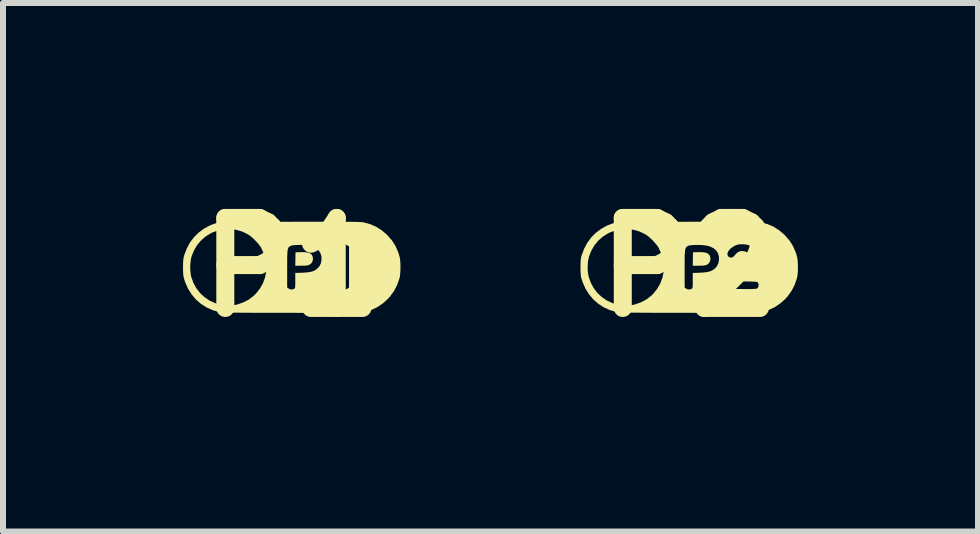
<source format=kicad_pcb>
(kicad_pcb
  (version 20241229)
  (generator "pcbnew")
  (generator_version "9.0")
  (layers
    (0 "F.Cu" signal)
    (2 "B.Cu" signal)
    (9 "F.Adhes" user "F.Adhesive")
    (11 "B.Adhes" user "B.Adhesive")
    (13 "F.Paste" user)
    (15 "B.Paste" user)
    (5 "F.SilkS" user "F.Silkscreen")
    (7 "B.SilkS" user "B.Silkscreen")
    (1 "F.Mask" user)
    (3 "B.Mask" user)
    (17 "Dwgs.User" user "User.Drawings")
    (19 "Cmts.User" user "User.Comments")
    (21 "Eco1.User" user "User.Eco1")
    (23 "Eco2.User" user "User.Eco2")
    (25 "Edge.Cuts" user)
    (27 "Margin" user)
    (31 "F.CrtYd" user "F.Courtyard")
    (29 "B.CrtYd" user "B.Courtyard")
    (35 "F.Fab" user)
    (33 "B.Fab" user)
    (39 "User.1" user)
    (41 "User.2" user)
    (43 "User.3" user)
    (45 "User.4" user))
  (footprint "P2"
    (layer "F.Cu")
    (at 8.436 1.404)
    (property "Reference" "P2" (at 0 0 0) (layer "F.SilkS") (effects (font (size 1.5 1.5) (thickness 0.3))))
    (attr board_only exclude_from_pos_files exclude_from_bom)
    (fp_poly (pts (xy 0.217 -0.251) (xy 0.263 -0.246) (xy 0.298 -0.236) (xy 0.323 -0.219) (xy 0.339 -0.2) (xy 0.353 -0.162) (xy 0.353 -0.122) (xy 0.34 -0.085) (xy 0.315 -0.055) (xy 0.292 -0.041) (xy 0.272 -0.034) (xy 0.248 -0.029) (xy 0.215 -0.027) (xy 0.17 -0.026) (xy 0.158 -0.026) (xy 0.059 -0.025) (xy 0.061 -0.137) (xy 0.063 -0.249) (xy 0.156 -0.252)) (stroke (width 0) (type solid)) (fill yes) (layer "F.SilkS"))
    (fp_poly (pts (xy 0.641 -0.759) (xy 0.735 -0.759) (xy 0.817 -0.759) (xy 0.889 -0.758) (xy 0.95 -0.758) (xy 1.003 -0.757) (xy 1.047 -0.757) (xy 1.084 -0.756) (xy 1.114 -0.755) (xy 1.139 -0.753) (xy 1.159 -0.752) (xy 1.176 -0.751) (xy 1.189 -0.749) (xy 1.199 -0.747) (xy 1.306 -0.719) (xy 1.407 -0.675) (xy 1.501 -0.615) (xy 1.589 -0.54) (xy 1.596 -0.532) (xy 1.67 -0.447) (xy 1.729 -0.354) (xy 1.774 -0.251) (xy 1.796 -0.181) (xy 1.805 -0.135) (xy 1.81 -0.077) (xy 1.812 -0.013) (xy 1.811 0.052) (xy 1.807 0.113) (xy 1.8 0.164) (xy 1.796 0.181) (xy 1.758 0.292) (xy 1.706 0.393) (xy 1.64 0.485) (xy 1.601 0.529) (xy 1.515 0.605) (xy 1.422 0.667) (xy 1.323 0.713) (xy 1.216 0.743) (xy 1.212 0.744) (xy 1.201 0.747) (xy 1.188 0.749) (xy 1.175 0.75) (xy 1.158 0.752) (xy 1.138 0.753) (xy 1.114 0.755) (xy 1.084 0.756) (xy 1.049 0.757) (xy 1.006 0.757) (xy 0.955 0.758) (xy 0.896 0.758) (xy 0.827 0.759) (xy 0.747 0.759) (xy 0.656 0.759) (xy 0.552 0.759) (xy 0.435 0.76) (xy 0.304 0.76) (xy 0.158 0.76) (xy -0.005 0.759) (xy -0.008 0.759) (xy -0.175 0.759) (xy -0.326 0.759) (xy -0.462 0.759) (xy -0.583 0.759) (xy -0.691 0.758) (xy -0.786 0.758) (xy -0.868 0.757) (xy -0.94 0.757) (xy -1.001 0.756) (xy -1.053 0.755) (xy -1.096 0.754) (xy -1.13 0.753) (xy -1.158 0.752) (xy -1.179 0.751) (xy -1.195 0.749) (xy -1.206 0.747) (xy -1.208 0.747) (xy -1.319 0.715) (xy -1.421 0.669) (xy -1.514 0.609) (xy -1.597 0.537) (xy -1.668 0.453) (xy -1.728 0.358) (xy -1.775 0.252) (xy -1.793 0.197) (xy -1.801 0.167) (xy -1.806 0.139) (xy -1.809 0.108) (xy -1.811 0.07) (xy -1.812 0.021) (xy -1.812 0) (xy -1.812 -0.021) (xy -1.692 -0.021) (xy -1.691 0.057) (xy -1.681 0.13) (xy -1.674 0.163) (xy -1.639 0.26) (xy -1.591 0.349) (xy -1.53 0.428) (xy -1.457 0.496) (xy -1.375 0.553) (xy -1.283 0.596) (xy -1.184 0.626) (xy -1.144 0.633) (xy -1.098 0.637) (xy -1.042 0.637) (xy -0.985 0.633) (xy -0.932 0.626) (xy -0.908 0.621) (xy -0.808 0.586) (xy -0.717 0.539) (xy -0.637 0.478) (xy -0.594 0.436) (xy -0.529 0.353) (xy -0.52 0.337) (xy -0.076 0.337) (xy -0.054 0.354) (xy -0.024 0.369) (xy 0.01 0.37) (xy 0.04 0.359) (xy 0.04 0.359) (xy 0.048 0.353) (xy 0.053 0.345) (xy 0.056 0.332) (xy 0.058 0.313) (xy 0.059 0.292) (xy 0.617 0.292) (xy 0.622 0.325) (xy 0.641 0.348) (xy 0.659 0.357) (xy 0.67 0.358) (xy 0.697 0.36) (xy 0.735 0.361) (xy 0.783 0.362) (xy 0.839 0.362) (xy 0.897 0.363) (xy 0.965 0.363) (xy 1.018 0.363) (xy 1.058 0.362) (xy 1.088 0.361) (xy 1.108 0.359) (xy 1.122 0.357) (xy 1.131 0.353) (xy 1.137 0.349) (xy 1.14 0.346) (xy 1.154 0.323) (xy 1.157 0.293) (xy 1.15 0.264) (xy 1.145 0.257) (xy 1.14 0.252) (xy 1.132 0.247) (xy 1.119 0.244) (xy 1.099 0.242) (xy 1.07 0.24) (xy 1.028 0.238) (xy 0.973 0.237) (xy 0.954 0.237) (xy 0.775 0.232) (xy 0.833 0.181) (xy 0.863 0.155) (xy 0.901 0.123) (xy 0.942 0.089) (xy 0.98 0.058) (xy 1.023 0.022) (xy 1.055 -0.006) (xy 1.078 -0.027) (xy 1.095 -0.046) (xy 1.107 -0.063) (xy 1.118 -0.082) (xy 1.123 -0.093) (xy 1.138 -0.147) (xy 1.137 -0.202) (xy 1.12 -0.257) (xy 1.118 -0.26) (xy 1.085 -0.309) (xy 1.04 -0.346) (xy 0.984 -0.371) (xy 0.918 -0.383) (xy 0.887 -0.384) (xy 0.847 -0.383) (xy 0.817 -0.379) (xy 0.79 -0.371) (xy 0.762 -0.36) (xy 0.718 -0.334) (xy 0.68 -0.303) (xy 0.652 -0.268) (xy 0.638 -0.234) (xy 0.637 -0.233) (xy 0.639 -0.201) (xy 0.654 -0.177) (xy 0.68 -0.163) (xy 0.698 -0.16) (xy 0.715 -0.163) (xy 0.731 -0.172) (xy 0.751 -0.191) (xy 0.761 -0.203) (xy 0.793 -0.237) (xy 0.823 -0.258) (xy 0.855 -0.268) (xy 0.883 -0.27) (xy 0.93 -0.264) (xy 0.966 -0.246) (xy 0.991 -0.218) (xy 0.993 -0.214) (xy 1.001 -0.189) (xy 1.003 -0.165) (xy 0.996 -0.14) (xy 0.981 -0.113) (xy 0.954 -0.081) (xy 0.917 -0.044) (xy 0.867 0.001) (xy 0.84 0.024) (xy 0.777 0.078) (xy 0.727 0.124) (xy 0.687 0.163) (xy 0.658 0.196) (xy 0.637 0.225) (xy 0.624 0.25) (xy 0.618 0.274) (xy 0.617 0.292) (xy 0.059 0.292) (xy 0.059 0.283) (xy 0.059 0.239) (xy 0.059 0.22) (xy 0.059 0.095) (xy 0.175 0.091) (xy 0.242 0.087) (xy 0.296 0.08) (xy 0.339 0.071) (xy 0.375 0.057) (xy 0.407 0.038) (xy 0.416 0.031) (xy 0.457 -0.01) (xy 0.484 -0.061) (xy 0.496 -0.118) (xy 0.495 -0.181) (xy 0.478 -0.236) (xy 0.448 -0.282) (xy 0.403 -0.319) (xy 0.346 -0.346) (xy 0.299 -0.359) (xy 0.259 -0.365) (xy 0.211 -0.37) (xy 0.159 -0.372) (xy 0.107 -0.372) (xy 0.06 -0.37) (xy 0.019 -0.366) (xy -0.01 -0.36) (xy -0.017 -0.357) (xy -0.031 -0.349) (xy -0.043 -0.341) (xy -0.053 -0.331) (xy -0.06 -0.316) (xy -0.066 -0.297) (xy -0.07 -0.27) (xy -0.073 -0.234) (xy -0.075 -0.189) (xy -0.076 -0.131) (xy -0.076 -0.059) (xy -0.076 0.027) (xy -0.076 0.337) (xy -0.52 0.337) (xy -0.479 0.263) (xy -0.445 0.169) (xy -0.426 0.072) (xy -0.423 -0.027) (xy -0.435 -0.127) (xy -0.464 -0.225) (xy -0.508 -0.321) (xy -0.516 -0.336) (xy -0.542 -0.372) (xy -0.578 -0.414) (xy -0.619 -0.458) (xy -0.662 -0.498) (xy -0.703 -0.531) (xy -0.729 -0.548) (xy -0.823 -0.594) (xy -0.92 -0.623) (xy -1.02 -0.637) (xy -1.12 -0.635) (xy -1.22 -0.616) (xy -1.317 -0.582) (xy -1.352 -0.565) (xy -1.439 -0.511) (xy -1.515 -0.444) (xy -1.579 -0.366) (xy -1.631 -0.277) (xy -1.669 -0.18) (xy -1.673 -0.164) (xy -1.687 -0.097) (xy -1.692 -0.021) (xy -1.812 -0.021) (xy -1.811 -0.054) (xy -1.81 -0.096) (xy -1.807 -0.129) (xy -1.803 -0.158) (xy -1.796 -0.186) (xy -1.793 -0.197) (xy -1.752 -0.307) (xy -1.699 -0.408) (xy -1.632 -0.498) (xy -1.553 -0.577) (xy -1.463 -0.643) (xy -1.362 -0.698) (xy -1.259 -0.736) (xy -1.195 -0.756) (xy -0.034 -0.758) (xy 0.131 -0.759) (xy 0.281 -0.759) (xy 0.415 -0.759) (xy 0.535 -0.759)) (stroke (width 0) (type solid)) (fill yes) (layer "F.SilkS")))
  (footprint "P1"
    (layer "F.Cu")
    (at 1.812 1.404)
    (property "Reference" "P1" (at 0 0 0) (layer "F.SilkS") (effects (font (size 1.5 1.5) (thickness 0.3))))
    (attr board_only exclude_from_pos_files exclude_from_bom)
    (fp_poly (pts (xy 0.217 -0.251) (xy 0.263 -0.246) (xy 0.298 -0.236) (xy 0.323 -0.219) (xy 0.339 -0.2) (xy 0.353 -0.162) (xy 0.353 -0.122) (xy 0.34 -0.085) (xy 0.315 -0.055) (xy 0.292 -0.041) (xy 0.272 -0.034) (xy 0.248 -0.029) (xy 0.215 -0.027) (xy 0.17 -0.026) (xy 0.158 -0.026) (xy 0.059 -0.025) (xy 0.061 -0.137) (xy 0.063 -0.249) (xy 0.156 -0.252)) (stroke (width 0) (type solid)) (fill yes) (layer "F.SilkS"))
    (fp_poly (pts (xy 0.641 -0.759) (xy 0.735 -0.759) (xy 0.817 -0.759) (xy 0.889 -0.758) (xy 0.95 -0.758) (xy 1.003 -0.757) (xy 1.047 -0.757) (xy 1.084 -0.756) (xy 1.114 -0.755) (xy 1.139 -0.753) (xy 1.159 -0.752) (xy 1.176 -0.751) (xy 1.189 -0.749) (xy 1.199 -0.747) (xy 1.306 -0.719) (xy 1.407 -0.675) (xy 1.501 -0.615) (xy 1.589 -0.54) (xy 1.596 -0.532) (xy 1.67 -0.447) (xy 1.729 -0.354) (xy 1.774 -0.251) (xy 1.796 -0.181) (xy 1.805 -0.135) (xy 1.81 -0.077) (xy 1.812 -0.013) (xy 1.811 0.052) (xy 1.807 0.113) (xy 1.8 0.164) (xy 1.796 0.181) (xy 1.758 0.292) (xy 1.706 0.393) (xy 1.64 0.485) (xy 1.601 0.529) (xy 1.515 0.605) (xy 1.422 0.667) (xy 1.323 0.713) (xy 1.216 0.743) (xy 1.212 0.744) (xy 1.201 0.747) (xy 1.188 0.749) (xy 1.175 0.75) (xy 1.158 0.752) (xy 1.138 0.753) (xy 1.114 0.755) (xy 1.084 0.756) (xy 1.049 0.757) (xy 1.006 0.757) (xy 0.955 0.758) (xy 0.896 0.758) (xy 0.827 0.759) (xy 0.747 0.759) (xy 0.656 0.759) (xy 0.552 0.759) (xy 0.435 0.76) (xy 0.304 0.76) (xy 0.158 0.76) (xy -0.005 0.759) (xy -0.008 0.759) (xy -0.175 0.759) (xy -0.326 0.759) (xy -0.462 0.759) (xy -0.583 0.759) (xy -0.691 0.758) (xy -0.786 0.758) (xy -0.868 0.757) (xy -0.94 0.757) (xy -1.001 0.756) (xy -1.053 0.755) (xy -1.096 0.754) (xy -1.13 0.753) (xy -1.158 0.752) (xy -1.179 0.751) (xy -1.195 0.749) (xy -1.206 0.747) (xy -1.208 0.747) (xy -1.319 0.715) (xy -1.421 0.669) (xy -1.514 0.609) (xy -1.597 0.537) (xy -1.668 0.453) (xy -1.728 0.358) (xy -1.775 0.252) (xy -1.793 0.197) (xy -1.801 0.167) (xy -1.806 0.139) (xy -1.809 0.108) (xy -1.811 0.07) (xy -1.812 0.021) (xy -1.812 0) (xy -1.812 -0.02) (xy -1.692 -0.02) (xy -1.69 0.057) (xy -1.681 0.129) (xy -1.674 0.163) (xy -1.639 0.26) (xy -1.591 0.349) (xy -1.53 0.428) (xy -1.457 0.496) (xy -1.375 0.553) (xy -1.283 0.596) (xy -1.184 0.626) (xy -1.144 0.633) (xy -1.098 0.637) (xy -1.042 0.637) (xy -0.985 0.633) (xy -0.932 0.626) (xy -0.908 0.621) (xy -0.808 0.586) (xy -0.717 0.539) (xy -0.637 0.478) (xy -0.594 0.436) (xy -0.529 0.353) (xy -0.52 0.337) (xy -0.076 0.337) (xy -0.054 0.354) (xy -0.024 0.369) (xy 0.01 0.37) (xy 0.04 0.359) (xy 0.04 0.359) (xy 0.048 0.353) (xy 0.053 0.345) (xy 0.056 0.332) (xy 0.058 0.313) (xy 0.059 0.283) (xy 0.059 0.239) (xy 0.059 0.22) (xy 0.059 0.095) (xy 0.175 0.091) (xy 0.242 0.087) (xy 0.296 0.08) (xy 0.339 0.071) (xy 0.375 0.057) (xy 0.407 0.038) (xy 0.416 0.031) (xy 0.452 -0.006) (xy 0.819 -0.006) (xy 0.819 0.078) (xy 0.82 0.147) (xy 0.82 0.202) (xy 0.82 0.245) (xy 0.821 0.278) (xy 0.823 0.302) (xy 0.825 0.319) (xy 0.827 0.331) (xy 0.83 0.34) (xy 0.834 0.346) (xy 0.837 0.349) (xy 0.861 0.367) (xy 0.89 0.371) (xy 0.921 0.362) (xy 0.932 0.354) (xy 0.955 0.337) (xy 0.955 -0.004) (xy 0.955 -0.345) (xy 0.932 -0.363) (xy 0.901 -0.378) (xy 0.87 -0.377) (xy 0.842 -0.361) (xy 0.84 -0.359) (xy 0.819 -0.339) (xy 0.819 -0.006) (xy 0.452 -0.006) (xy 0.457 -0.01) (xy 0.484 -0.061) (xy 0.496 -0.118) (xy 0.495 -0.181) (xy 0.478 -0.236) (xy 0.448 -0.282) (xy 0.403 -0.319) (xy 0.346 -0.346) (xy 0.299 -0.359) (xy 0.259 -0.365) (xy 0.211 -0.37) (xy 0.159 -0.372) (xy 0.107 -0.372) (xy 0.06 -0.37) (xy 0.019 -0.366) (xy -0.01 -0.36) (xy -0.017 -0.357) (xy -0.031 -0.349) (xy -0.043 -0.341) (xy -0.053 -0.331) (xy -0.06 -0.316) (xy -0.066 -0.297) (xy -0.07 -0.27) (xy -0.073 -0.234) (xy -0.075 -0.189) (xy -0.076 -0.131) (xy -0.076 -0.059) (xy -0.076 0.027) (xy -0.076 0.337) (xy -0.52 0.337) (xy -0.479 0.263) (xy -0.445 0.169) (xy -0.426 0.072) (xy -0.423 -0.027) (xy -0.435 -0.127) (xy -0.464 -0.225) (xy -0.508 -0.321) (xy -0.516 -0.336) (xy -0.542 -0.372) (xy -0.578 -0.414) (xy -0.619 -0.458) (xy -0.662 -0.498) (xy -0.703 -0.531) (xy -0.729 -0.548) (xy -0.823 -0.594) (xy -0.92 -0.623) (xy -1.02 -0.637) (xy -1.12 -0.635) (xy -1.22 -0.616) (xy -1.317 -0.582) (xy -1.352 -0.565) (xy -1.438 -0.511) (xy -1.514 -0.444) (xy -1.579 -0.366) (xy -1.63 -0.279) (xy -1.668 -0.184) (xy -1.674 -0.163) (xy -1.686 -0.096) (xy -1.692 -0.02) (xy -1.812 -0.02) (xy -1.811 -0.054) (xy -1.81 -0.096) (xy -1.807 -0.129) (xy -1.803 -0.158) (xy -1.796 -0.186) (xy -1.793 -0.197) (xy -1.752 -0.307) (xy -1.699 -0.408) (xy -1.632 -0.498) (xy -1.553 -0.577) (xy -1.463 -0.643) (xy -1.362 -0.698) (xy -1.259 -0.736) (xy -1.195 -0.756) (xy -0.034 -0.758) (xy 0.131 -0.759) (xy 0.281 -0.759) (xy 0.415 -0.759) (xy 0.535 -0.759)) (stroke (width 0) (type solid)) (fill yes) (layer "F.SilkS")))
  (gr_rect
    (start -3 -3)
    (end 13.249 5.808)
    (stroke (width 0.1) (type default))
    (fill no)
    (layer "Edge.Cuts")))
</source>
